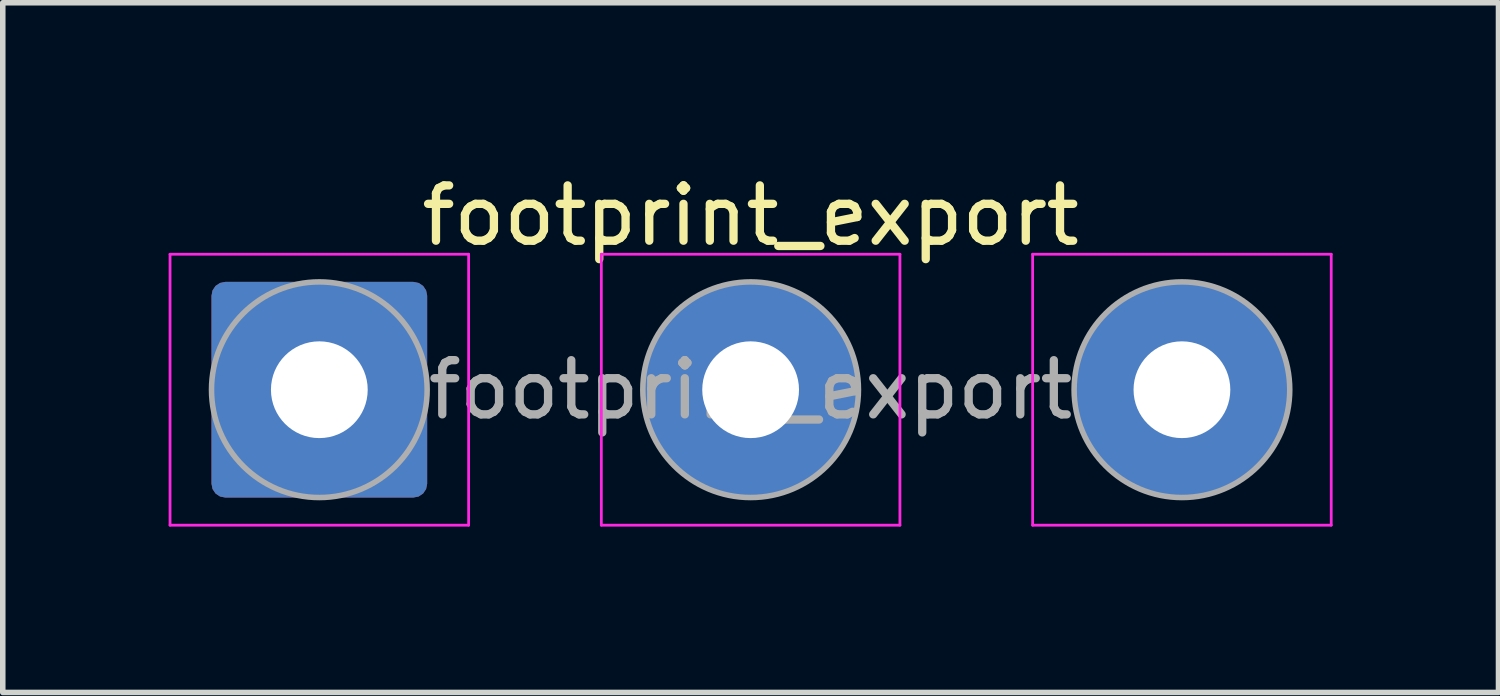
<source format=kicad_pcb>
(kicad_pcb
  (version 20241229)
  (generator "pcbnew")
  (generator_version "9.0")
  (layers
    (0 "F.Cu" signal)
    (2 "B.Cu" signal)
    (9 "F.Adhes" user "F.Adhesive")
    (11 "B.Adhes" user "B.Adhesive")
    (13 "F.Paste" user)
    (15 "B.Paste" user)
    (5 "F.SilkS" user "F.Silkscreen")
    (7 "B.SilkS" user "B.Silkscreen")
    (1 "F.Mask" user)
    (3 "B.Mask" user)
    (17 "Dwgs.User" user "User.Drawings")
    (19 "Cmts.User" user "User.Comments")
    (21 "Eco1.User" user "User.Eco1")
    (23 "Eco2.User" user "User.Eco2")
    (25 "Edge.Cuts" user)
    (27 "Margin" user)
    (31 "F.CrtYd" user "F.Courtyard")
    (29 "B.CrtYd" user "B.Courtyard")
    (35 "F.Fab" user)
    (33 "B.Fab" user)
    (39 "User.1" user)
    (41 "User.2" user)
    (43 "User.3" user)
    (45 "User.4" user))
  (footprint "footprint_export"
    (layer "F.Cu")
    (at 2.725 3.998)
    (property "Reference" "footprint_export" (at 7.8 -3.15 0) (layer "F.SilkS") (effects (font (size 1 1) (thickness 0.15))))
    (attr exclude_from_pos_files exclude_from_bom)
    (fp_line (start -2.7 -2.45) (end -2.7 2.45) (stroke (width 0.05) (type solid)) (layer "F.CrtYd"))
    (fp_line (start -2.7 2.45) (end 2.7 2.45) (stroke (width 0.05) (type solid)) (layer "F.CrtYd"))
    (fp_line (start 2.7 -2.45) (end -2.7 -2.45) (stroke (width 0.05) (type solid)) (layer "F.CrtYd"))
    (fp_line (start 2.7 2.45) (end 2.7 -2.45) (stroke (width 0.05) (type solid)) (layer "F.CrtYd"))
    (fp_line (start 5.1 -2.45) (end 5.1 2.45) (stroke (width 0.05) (type solid)) (layer "F.CrtYd"))
    (fp_line (start 5.1 2.45) (end 10.5 2.45) (stroke (width 0.05) (type solid)) (layer "F.CrtYd"))
    (fp_line (start 10.5 -2.45) (end 5.1 -2.45) (stroke (width 0.05) (type solid)) (layer "F.CrtYd"))
    (fp_line (start 10.5 2.45) (end 10.5 -2.45) (stroke (width 0.05) (type solid)) (layer "F.CrtYd"))
    (fp_line (start 12.9 -2.45) (end 12.9 2.45) (stroke (width 0.05) (type solid)) (layer "F.CrtYd"))
    (fp_line (start 12.9 2.45) (end 18.3 2.45) (stroke (width 0.05) (type solid)) (layer "F.CrtYd"))
    (fp_line (start 18.3 -2.45) (end 12.9 -2.45) (stroke (width 0.05) (type solid)) (layer "F.CrtYd"))
    (fp_line (start 18.3 2.45) (end 18.3 -2.45) (stroke (width 0.05) (type solid)) (layer "F.CrtYd"))
    (fp_circle (center 0 0) (end 1.95 0) (stroke (width 0.1) (type solid)) (fill no) (layer "F.Fab"))
    (fp_circle (center 7.8 0) (end 9.75 0) (stroke (width 0.1) (type solid)) (fill no) (layer "F.Fab"))
    (fp_circle (center 15.6 0) (end 17.55 0) (stroke (width 0.1) (type solid)) (fill no) (layer "F.Fab"))
    (fp_text user "${REFERENCE}" (at 7.8 0 0) (layer "F.Fab") (effects (font (size 0.98 0.98) (thickness 0.15))))
    (pad "1" thru_hole roundrect (at 0 0) (size 3.9 3.9) (drill 1.75) (layers "*.Cu" "*.Mask") (roundrect_rratio 0.064))
    (pad "2" thru_hole circle (at 7.8 0) (size 3.9 3.9) (drill 1.75) (layers "*.Cu" "*.Mask"))
    (pad "3" thru_hole circle (at 15.6 0) (size 3.9 3.9) (drill 1.75) (layers "*.Cu" "*.Mask")))
  (gr_rect
    (start -3 -3)
    (end 24.05 9.473)
    (stroke (width 0.1) (type default))
    (fill no)
    (layer "Edge.Cuts")))
</source>
